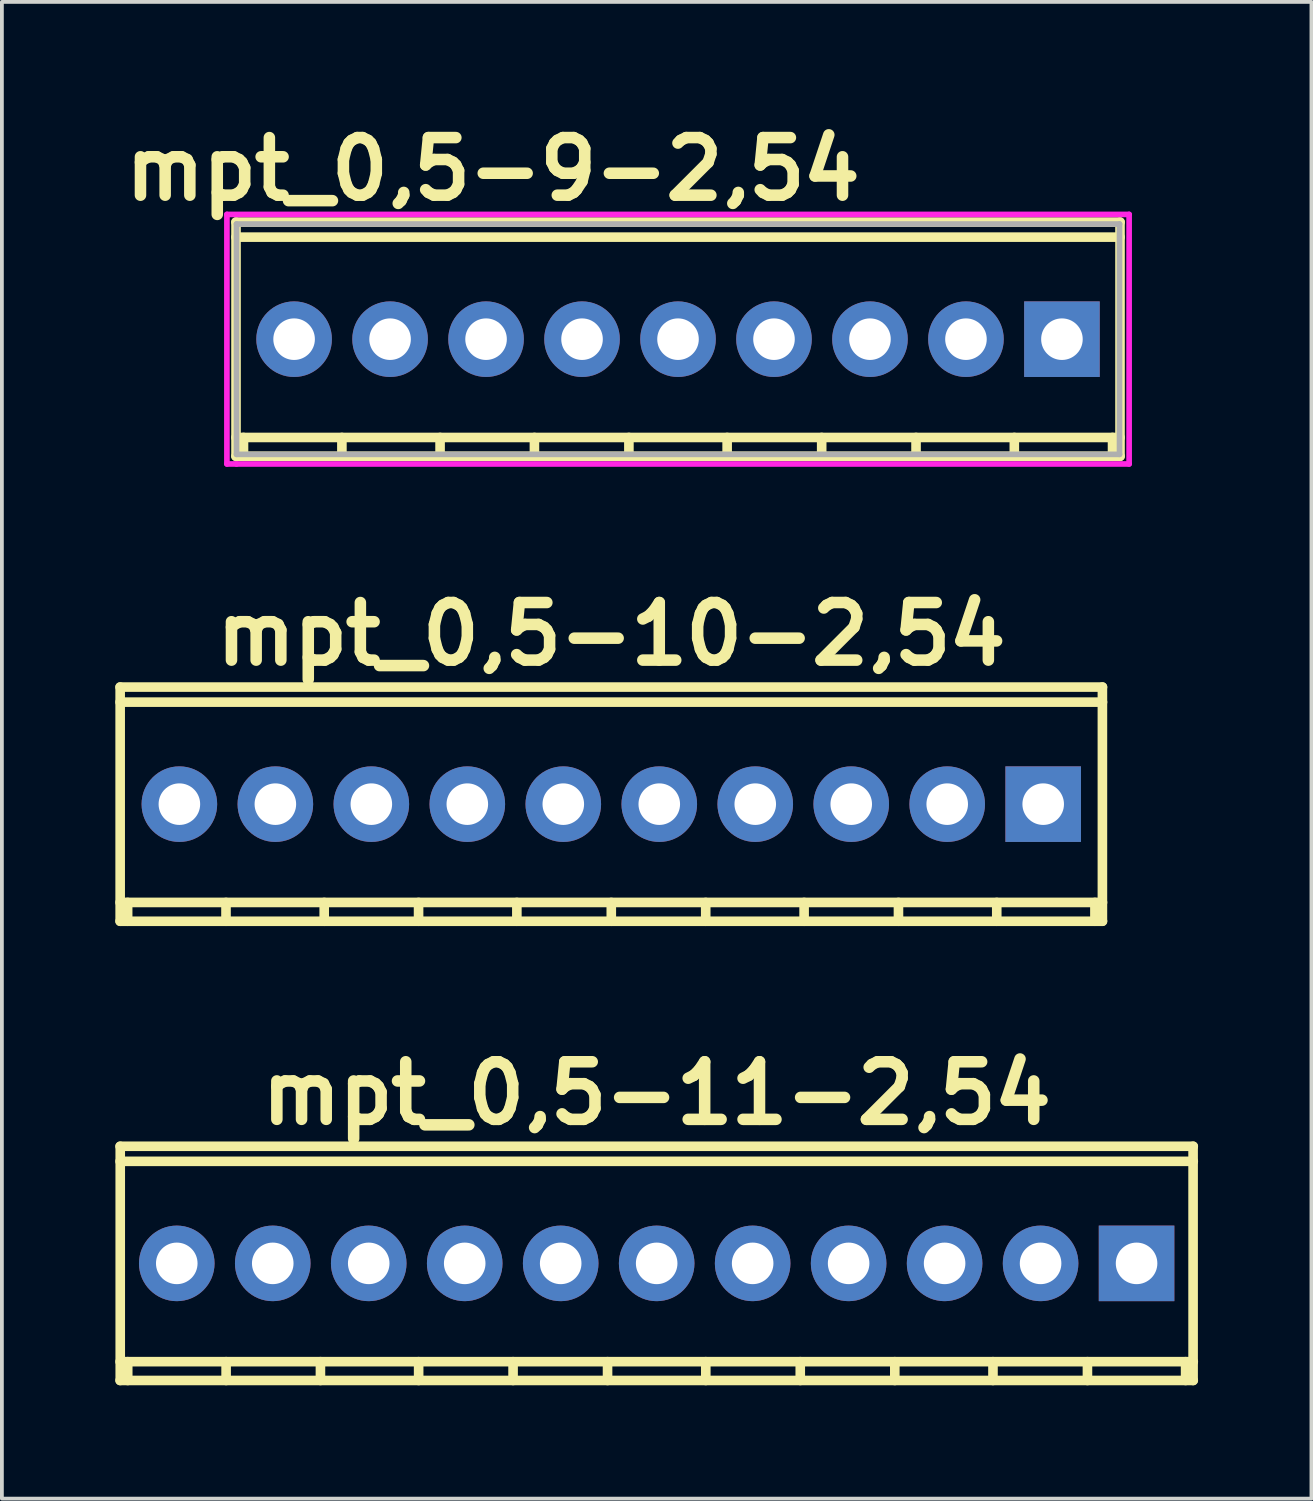
<source format=kicad_pcb>
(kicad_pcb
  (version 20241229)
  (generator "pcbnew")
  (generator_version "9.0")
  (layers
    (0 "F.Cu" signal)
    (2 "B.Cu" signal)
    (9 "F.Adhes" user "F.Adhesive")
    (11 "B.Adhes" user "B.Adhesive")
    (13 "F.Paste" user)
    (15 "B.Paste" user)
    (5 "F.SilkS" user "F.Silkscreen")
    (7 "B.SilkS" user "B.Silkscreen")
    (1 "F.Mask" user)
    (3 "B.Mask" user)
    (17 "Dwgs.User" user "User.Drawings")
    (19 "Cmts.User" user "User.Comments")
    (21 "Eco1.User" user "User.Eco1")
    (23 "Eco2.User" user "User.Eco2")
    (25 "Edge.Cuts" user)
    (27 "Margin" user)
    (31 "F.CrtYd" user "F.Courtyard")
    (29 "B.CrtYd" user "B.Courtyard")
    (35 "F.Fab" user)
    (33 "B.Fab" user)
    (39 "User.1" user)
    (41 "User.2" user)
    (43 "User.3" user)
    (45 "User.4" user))
  (footprint "mpt_0,5-9-2,54"
    (layer "F.Cu")
    (at 14.893 5.926)
    (property "Reference" "mpt_0,5-9-2,54" (at -4.9 -4.5 0) (layer "F.SilkS") (effects (font (size 1.524 1.524) (thickness 0.305))))
    (attr through_hole)
    (fp_line (start -11.699 -2.7) (end 11.699 -2.7) (stroke (width 0.254) (type solid)) (layer "F.SilkS"))
    (fp_line (start -11.699 3.099) (end 11.699 3.099) (stroke (width 0.254) (type solid)) (layer "F.SilkS"))
    (fp_line (start -11.697 -3.099) (end -11.697 3.099) (stroke (width 0.254) (type solid)) (layer "F.SilkS"))
    (fp_line (start -11.499 3.099) (end -11.499 2.601) (stroke (width 0.254) (type solid)) (layer "F.SilkS"))
    (fp_line (start -8.895 3.099) (end -8.895 2.601) (stroke (width 0.254) (type solid)) (layer "F.SilkS"))
    (fp_line (start -6.297 2.601) (end -6.297 3.099) (stroke (width 0.254) (type solid)) (layer "F.SilkS"))
    (fp_line (start -3.8 2.601) (end -3.8 3.099) (stroke (width 0.254) (type solid)) (layer "F.SilkS"))
    (fp_line (start -1.3 2.601) (end -1.3 3.099) (stroke (width 0.254) (type solid)) (layer "F.SilkS"))
    (fp_line (start 1.3 2.601) (end 1.3 3.099) (stroke (width 0.254) (type solid)) (layer "F.SilkS"))
    (fp_line (start 3.802 2.601) (end 3.802 3.099) (stroke (width 0.254) (type solid)) (layer "F.SilkS"))
    (fp_line (start 6.299 2.601) (end 6.299 3.099) (stroke (width 0.254) (type solid)) (layer "F.SilkS"))
    (fp_line (start 8.9 2.601) (end 8.9 3.099) (stroke (width 0.254) (type solid)) (layer "F.SilkS"))
    (fp_line (start 11.499 2.601) (end 11.499 3.099) (stroke (width 0.254) (type solid)) (layer "F.SilkS"))
    (fp_line (start 11.697 3.099) (end 11.697 -3.099) (stroke (width 0.254) (type solid)) (layer "F.SilkS"))
    (fp_line (start 11.699 -3.099) (end -11.699 -3.099) (stroke (width 0.254) (type solid)) (layer "F.SilkS"))
    (fp_line (start 11.699 2.601) (end -11.699 2.601) (stroke (width 0.254) (type solid)) (layer "F.SilkS"))
    (fp_line (start -11.938 -3.302) (end 11.938 -3.302) (stroke (width 0.15) (type solid)) (layer "F.CrtYd"))
    (fp_line (start -11.938 3.302) (end -11.938 -3.302) (stroke (width 0.15) (type solid)) (layer "F.CrtYd"))
    (fp_line (start -11.684 3.302) (end -11.938 3.302) (stroke (width 0.15) (type solid)) (layer "F.CrtYd"))
    (fp_line (start 11.938 -3.302) (end 11.938 3.302) (stroke (width 0.15) (type solid)) (layer "F.CrtYd"))
    (fp_line (start 11.938 3.302) (end -11.684 3.302) (stroke (width 0.15) (type solid)) (layer "F.CrtYd"))
    (fp_line (start -11.684 -3.048) (end 11.684 -3.048) (stroke (width 0.15) (type solid)) (layer "F.Fab"))
    (fp_line (start -11.684 3.048) (end -11.684 -3.048) (stroke (width 0.15) (type solid)) (layer "F.Fab"))
    (fp_line (start 11.684 -3.048) (end 11.684 3.048) (stroke (width 0.15) (type solid)) (layer "F.Fab"))
    (fp_line (start 11.684 3.048) (end -11.684 3.048) (stroke (width 0.15) (type solid)) (layer "F.Fab"))
    (pad "1" thru_hole rect (at 10.16 0) (size 2 2) (drill 1.1) (layers "*.Cu" "*.Mask"))
    (pad "2" thru_hole circle (at 7.62 0) (size 2 2) (drill 1.1) (layers "*.Cu" "*.Mask"))
    (pad "3" thru_hole circle (at 5.08 0) (size 2 2) (drill 1.1) (layers "*.Cu" "*.Mask"))
    (pad "4" thru_hole circle (at 2.54 0) (size 2 2) (drill 1.1) (layers "*.Cu" "*.Mask"))
    (pad "5" thru_hole circle (at 0 0) (size 2 2) (drill 1.1) (layers "*.Cu" "*.Mask"))
    (pad "6" thru_hole circle (at -2.54 0) (size 2 2) (drill 1.1) (layers "*.Cu" "*.Mask"))
    (pad "7" thru_hole circle (at -5.08 0) (size 2 2) (drill 1.1) (layers "*.Cu" "*.Mask"))
    (pad "8" thru_hole circle (at -7.62 0) (size 2 2) (drill 1.1) (layers "*.Cu" "*.Mask"))
    (pad "9" thru_hole circle (at -10.16 0) (size 2 2) (drill 1.1) (layers "*.Cu" "*.Mask")))
  (footprint "mpt_0,5-10-2,54"
    (layer "F.Cu")
    (at 13.127 18.231)
    (property "Reference" "mpt_0,5-10-2,54" (at 0 -4.501 0) (layer "F.SilkS") (effects (font (size 1.524 1.524) (thickness 0.305))))
    (attr through_hole)
    (fp_line (start -13 -3.099) (end 13 -3.099) (stroke (width 0.254) (type solid)) (layer "F.SilkS"))
    (fp_line (start -13 3.099) (end 13 3.099) (stroke (width 0.254) (type solid)) (layer "F.SilkS"))
    (fp_line (start -12.997 -3.099) (end -12.997 3.099) (stroke (width 0.254) (type solid)) (layer "F.SilkS"))
    (fp_line (start -12.799 3.099) (end -12.799 2.601) (stroke (width 0.254) (type solid)) (layer "F.SilkS"))
    (fp_line (start -10.196 3.099) (end -10.196 2.601) (stroke (width 0.254) (type solid)) (layer "F.SilkS"))
    (fp_line (start -7.597 2.601) (end -7.597 3.099) (stroke (width 0.254) (type solid)) (layer "F.SilkS"))
    (fp_line (start -5.1 2.601) (end -5.1 3.099) (stroke (width 0.254) (type solid)) (layer "F.SilkS"))
    (fp_line (start -2.499 2.601) (end -2.499 3.099) (stroke (width 0.254) (type solid)) (layer "F.SilkS"))
    (fp_line (start 0 2.601) (end 0 3.099) (stroke (width 0.254) (type solid)) (layer "F.SilkS"))
    (fp_line (start 2.499 2.601) (end 2.499 3.099) (stroke (width 0.254) (type solid)) (layer "F.SilkS"))
    (fp_line (start 5.103 2.601) (end 5.103 3.099) (stroke (width 0.254) (type solid)) (layer "F.SilkS"))
    (fp_line (start 7.6 2.601) (end 7.6 3.099) (stroke (width 0.254) (type solid)) (layer "F.SilkS"))
    (fp_line (start 10.201 2.601) (end 10.201 3.099) (stroke (width 0.254) (type solid)) (layer "F.SilkS"))
    (fp_line (start 12.799 2.601) (end 12.799 3.099) (stroke (width 0.254) (type solid)) (layer "F.SilkS"))
    (fp_line (start 12.997 3.099) (end 12.997 -3.099) (stroke (width 0.254) (type solid)) (layer "F.SilkS"))
    (fp_line (start 13 -2.7) (end -13 -2.7) (stroke (width 0.254) (type solid)) (layer "F.SilkS"))
    (fp_line (start 13 2.601) (end -13 2.601) (stroke (width 0.254) (type solid)) (layer "F.SilkS"))
    (pad "1" thru_hole rect (at 11.43 0) (size 2 2) (drill 1.1) (layers "*.Cu" "*.Mask"))
    (pad "2" thru_hole circle (at 6.35 0) (size 2 2) (drill 1.1) (layers "*.Cu" "*.Mask"))
    (pad "2" thru_hole circle (at 8.89 0) (size 2 2) (drill 1.1) (layers "*.Cu" "*.Mask"))
    (pad "3" thru_hole circle (at 3.81 0) (size 2 2) (drill 1.1) (layers "*.Cu" "*.Mask"))
    (pad "4" thru_hole circle (at 1.27 0) (size 2 2) (drill 1.1) (layers "*.Cu" "*.Mask"))
    (pad "5" thru_hole circle (at -1.27 0) (size 2 2) (drill 1.1) (layers "*.Cu" "*.Mask"))
    (pad "6" thru_hole circle (at -3.81 0) (size 2 2) (drill 1.1) (layers "*.Cu" "*.Mask"))
    (pad "7" thru_hole circle (at -6.35 0) (size 2 2) (drill 1.1) (layers "*.Cu" "*.Mask"))
    (pad "8" thru_hole circle (at -8.89 0) (size 2 2) (drill 1.1) (layers "*.Cu" "*.Mask"))
    (pad "9" thru_hole circle (at -11.43 0) (size 2 2) (drill 1.1) (layers "*.Cu" "*.Mask")))
  (footprint "mpt_0,5-11-2,54"
    (layer "F.Cu")
    (at 14.328 30.384)
    (property "Reference" "mpt_0,5-11-2,54" (at 0 -4.501 0) (layer "F.SilkS") (effects (font (size 1.524 1.524) (thickness 0.305))))
    (attr through_hole)
    (fp_line (start -14.201 -3.099) (end 14.201 -3.099) (stroke (width 0.254) (type solid)) (layer "F.SilkS"))
    (fp_line (start -14.201 3.099) (end 14.201 3.099) (stroke (width 0.254) (type solid)) (layer "F.SilkS"))
    (fp_line (start -14.196 -3.099) (end -14.196 3.099) (stroke (width 0.254) (type solid)) (layer "F.SilkS"))
    (fp_line (start -13.998 3.099) (end -13.998 2.601) (stroke (width 0.254) (type solid)) (layer "F.SilkS"))
    (fp_line (start -11.394 3.099) (end -11.394 2.601) (stroke (width 0.254) (type solid)) (layer "F.SilkS"))
    (fp_line (start -8.898 2.601) (end -8.898 3.099) (stroke (width 0.254) (type solid)) (layer "F.SilkS"))
    (fp_line (start -6.299 2.601) (end -6.299 3.099) (stroke (width 0.254) (type solid)) (layer "F.SilkS"))
    (fp_line (start -3.8 2.601) (end -3.8 3.099) (stroke (width 0.254) (type solid)) (layer "F.SilkS"))
    (fp_line (start -1.3 2.601) (end -1.3 3.099) (stroke (width 0.254) (type solid)) (layer "F.SilkS"))
    (fp_line (start 1.3 2.601) (end 1.3 3.099) (stroke (width 0.254) (type solid)) (layer "F.SilkS"))
    (fp_line (start 3.8 2.601) (end 3.8 3.099) (stroke (width 0.254) (type solid)) (layer "F.SilkS"))
    (fp_line (start 6.302 2.601) (end 6.302 3.099) (stroke (width 0.254) (type solid)) (layer "F.SilkS"))
    (fp_line (start 8.9 2.601) (end 8.9 3.099) (stroke (width 0.254) (type solid)) (layer "F.SilkS"))
    (fp_line (start 11.4 2.601) (end 11.4 3.099) (stroke (width 0.254) (type solid)) (layer "F.SilkS"))
    (fp_line (start 13.998 2.601) (end 13.998 3.099) (stroke (width 0.254) (type solid)) (layer "F.SilkS"))
    (fp_line (start 14.196 3.099) (end 14.196 -3.099) (stroke (width 0.254) (type solid)) (layer "F.SilkS"))
    (fp_line (start 14.201 -2.7) (end -14.201 -2.7) (stroke (width 0.254) (type solid)) (layer "F.SilkS"))
    (fp_line (start 14.201 2.601) (end -14.201 2.601) (stroke (width 0.254) (type solid)) (layer "F.SilkS"))
    (pad "1" thru_hole rect (at 12.7 0) (size 2 2) (drill 1.1) (layers "*.Cu" "*.Mask"))
    (pad "2" thru_hole circle (at 7.62 0) (size 2 2) (drill 1.1) (layers "*.Cu" "*.Mask"))
    (pad "2" thru_hole circle (at 10.16 0) (size 2 2) (drill 1.1) (layers "*.Cu" "*.Mask"))
    (pad "3" thru_hole circle (at 5.08 0) (size 2 2) (drill 1.1) (layers "*.Cu" "*.Mask"))
    (pad "4" thru_hole circle (at 2.54 0) (size 2 2) (drill 1.1) (layers "*.Cu" "*.Mask"))
    (pad "5" thru_hole circle (at 0 0) (size 2 2) (drill 1.1) (layers "*.Cu" "*.Mask"))
    (pad "6" thru_hole circle (at -2.54 0) (size 2 2) (drill 1.1) (layers "*.Cu" "*.Mask"))
    (pad "7" thru_hole circle (at -5.08 0) (size 2 2) (drill 1.1) (layers "*.Cu" "*.Mask"))
    (pad "8" thru_hole circle (at -7.62 0) (size 2 2) (drill 1.1) (layers "*.Cu" "*.Mask"))
    (pad "9" thru_hole circle (at -10.16 0) (size 2 2) (drill 1.1) (layers "*.Cu" "*.Mask"))
    (pad "10" thru_hole circle (at -12.7 0) (size 2 2) (drill 1.1) (layers "*.Cu" "*.Mask")))
  (gr_rect
    (start -3 -3)
    (end 31.656 36.61)
    (stroke (width 0.1) (type default))
    (fill no)
    (layer "Edge.Cuts")))
</source>
